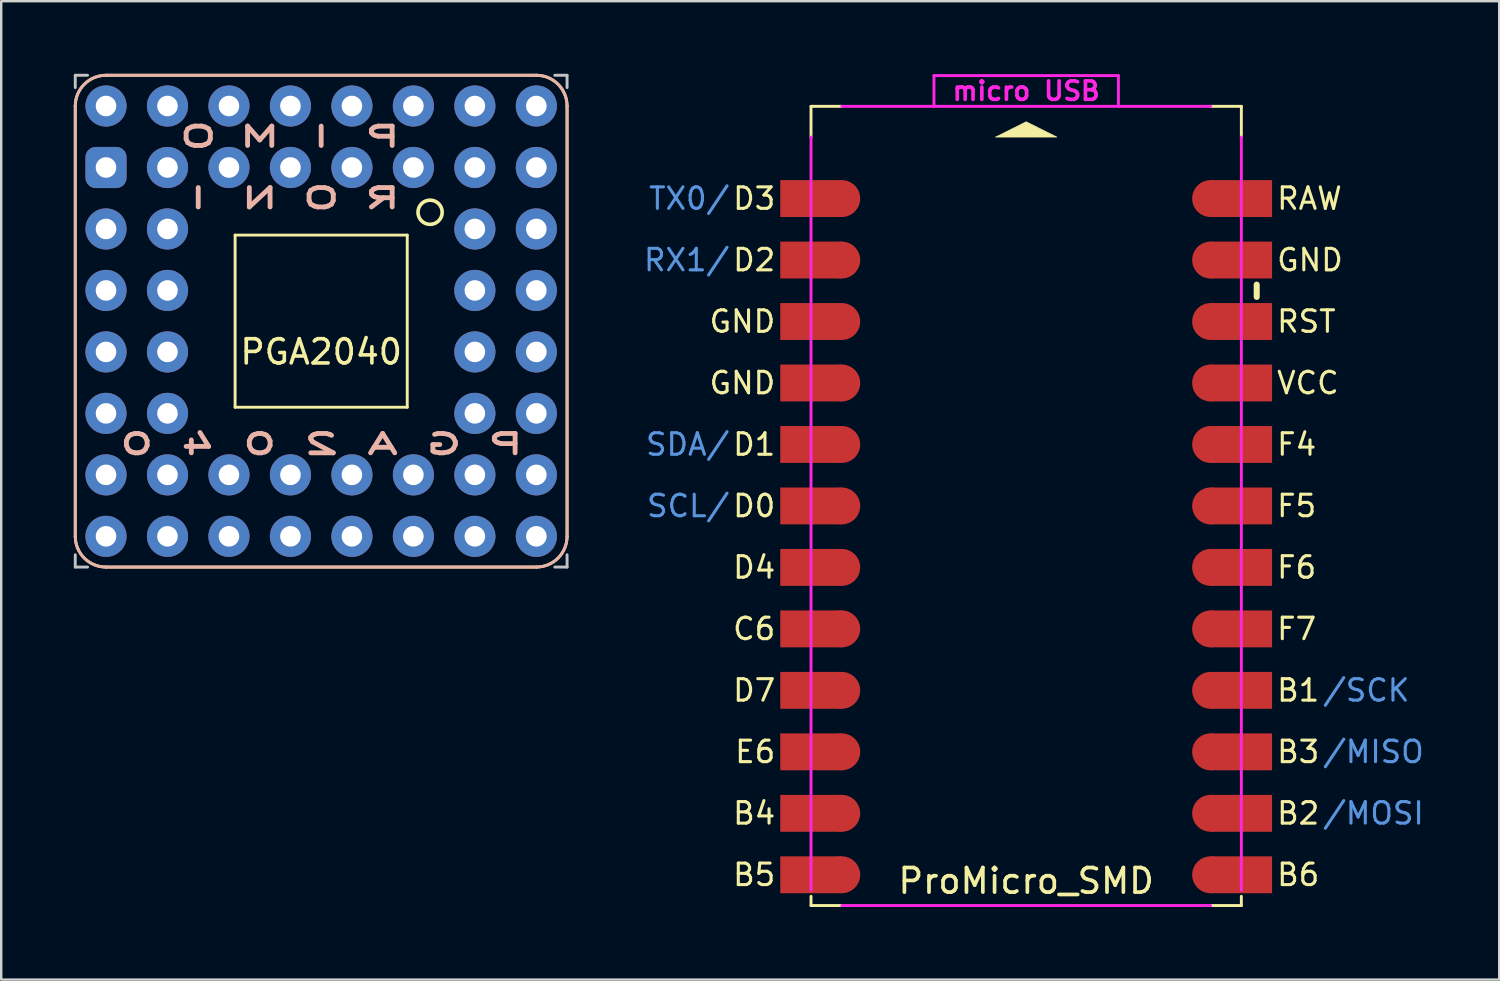
<source format=kicad_pcb>
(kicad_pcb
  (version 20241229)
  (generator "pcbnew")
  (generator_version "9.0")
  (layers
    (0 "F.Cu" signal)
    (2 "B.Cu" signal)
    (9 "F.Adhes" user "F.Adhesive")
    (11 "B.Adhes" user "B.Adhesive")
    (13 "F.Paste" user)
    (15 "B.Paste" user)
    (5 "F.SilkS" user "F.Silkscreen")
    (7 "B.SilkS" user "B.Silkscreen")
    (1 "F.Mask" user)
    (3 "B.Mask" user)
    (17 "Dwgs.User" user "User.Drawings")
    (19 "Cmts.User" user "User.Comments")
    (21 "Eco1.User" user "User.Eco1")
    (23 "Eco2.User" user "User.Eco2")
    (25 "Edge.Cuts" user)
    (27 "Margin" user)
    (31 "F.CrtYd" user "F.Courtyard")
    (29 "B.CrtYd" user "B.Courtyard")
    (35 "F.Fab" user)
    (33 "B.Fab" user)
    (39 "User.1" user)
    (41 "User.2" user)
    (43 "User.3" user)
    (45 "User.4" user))
  (footprint "PGA2040"
    (layer "F.Cu")
    (at 10.22 10.22)
    (property "Reference" "PGA2040" (at 0 1.27 0) (layer "F.SilkS") (effects (font (size 1 1) (thickness 0.15))))
    (attr through_hole)
    (fp_line (start -10.16 -8.89) (end -10.16 8.89) (stroke (width 0.12) (type solid)) (layer "F.SilkS"))
    (fp_line (start -8.89 10.16) (end 8.89 10.16) (stroke (width 0.12) (type solid)) (layer "F.SilkS"))
    (fp_line (start -3.556 -3.556) (end -3.556 3.556) (stroke (width 0.12) (type solid)) (layer "F.SilkS"))
    (fp_line (start -3.556 3.556) (end 3.556 3.556) (stroke (width 0.12) (type solid)) (layer "F.SilkS"))
    (fp_line (start 3.556 -3.556) (end -3.556 -3.556) (stroke (width 0.12) (type solid)) (layer "F.SilkS"))
    (fp_line (start 3.556 3.556) (end 3.556 -3.556) (stroke (width 0.12) (type solid)) (layer "F.SilkS"))
    (fp_line (start 8.89 -10.16) (end -8.89 -10.16) (stroke (width 0.12) (type solid)) (layer "F.SilkS"))
    (fp_line (start 10.16 8.89) (end 10.16 -8.89) (stroke (width 0.12) (type solid)) (layer "F.SilkS"))
    (fp_arc (start -10.16 -8.89) (mid -9.788026 -9.788026) (end -8.89 -10.16) (stroke (width 0.12) (type solid)) (layer "F.SilkS"))
    (fp_arc (start -8.89 10.16) (mid -9.788026 9.788026) (end -10.16 8.89) (stroke (width 0.12) (type solid)) (layer "F.SilkS"))
    (fp_arc (start 8.89 -10.16) (mid 9.788026 -9.788026) (end 10.16 -8.89) (stroke (width 0.12) (type solid)) (layer "F.SilkS"))
    (fp_arc (start 10.16 8.89) (mid 9.788026 9.788026) (end 8.89 10.16) (stroke (width 0.12) (type solid)) (layer "F.SilkS"))
    (fp_circle (center 4.5 -4.5) (end 5 -4.5) (stroke (width 0.15) (type solid)) (fill no) (layer "F.SilkS"))
    (fp_line (start -10.16 -8.89) (end -10.16 8.89) (stroke (width 0.12) (type solid)) (layer "B.SilkS"))
    (fp_line (start -8.89 -10.16) (end 8.89 -10.16) (stroke (width 0.12) (type solid)) (layer "B.SilkS"))
    (fp_line (start -8.89 10.16) (end 8.89 10.16) (stroke (width 0.12) (type solid)) (layer "B.SilkS"))
    (fp_line (start 10.16 8.89) (end 10.16 -8.89) (stroke (width 0.12) (type solid)) (layer "B.SilkS"))
    (fp_arc (start -10.16 -8.89) (mid -9.788026 -9.788026) (end -8.89 -10.16) (stroke (width 0.12) (type solid)) (layer "B.SilkS"))
    (fp_arc (start -8.89 10.16) (mid -9.788026 9.788026) (end -10.16 8.89) (stroke (width 0.12) (type solid)) (layer "B.SilkS"))
    (fp_arc (start 8.89 -10.16) (mid 9.788026 -9.788026) (end 10.16 -8.89) (stroke (width 0.12) (type solid)) (layer "B.SilkS"))
    (fp_arc (start 10.16 8.89) (mid 9.788026 9.788026) (end 8.89 10.16) (stroke (width 0.12) (type solid)) (layer "B.SilkS"))
    (fp_line (start -10.16 -10.16) (end -10.16 -9.652) (stroke (width 0.12) (type solid)) (layer "Dwgs.User"))
    (fp_line (start -10.16 9.652) (end -10.16 10.16) (stroke (width 0.12) (type solid)) (layer "Dwgs.User"))
    (fp_line (start -9.652 -10.16) (end -10.16 -10.16) (stroke (width 0.12) (type solid)) (layer "Dwgs.User"))
    (fp_line (start -9.652 10.16) (end -10.16 10.16) (stroke (width 0.12) (type solid)) (layer "Dwgs.User"))
    (fp_line (start 10.16 -10.16) (end 9.652 -10.16) (stroke (width 0.12) (type solid)) (layer "Dwgs.User"))
    (fp_line (start 10.16 -10.16) (end 10.16 -9.652) (stroke (width 0.12) (type solid)) (layer "Dwgs.User"))
    (fp_line (start 10.16 9.652) (end 10.16 10.16) (stroke (width 0.12) (type solid)) (layer "Dwgs.User"))
    (fp_line (start 10.16 10.16) (end 9.652 10.16) (stroke (width 0.12) (type solid)) (layer "Dwgs.User"))
    (fp_text user "O" (at -5.08 -7.62 0) (layer "B.SilkS") (effects (font (size 0.8 1.5) (thickness 0.2)) (justify mirror)))
    (fp_text user "0" (at -7.62 5.08 0) (layer "B.SilkS") (effects (font (size 0.8 1.5) (thickness 0.2)) (justify mirror)))
    (fp_text user "M" (at -2.54 -7.62 0) (layer "B.SilkS") (effects (font (size 0.8 1.5) (thickness 0.2)) (justify mirror)))
    (fp_text user "4" (at -5.08 5.08 0) (layer "B.SilkS") (effects (font (size 0.8 1.5) (thickness 0.2)) (justify mirror)))
    (fp_text user "I" (at 0 -7.62 0) (layer "B.SilkS") (effects (font (size 0.8 1.5) (thickness 0.2)) (justify mirror)))
    (fp_text user "A" (at 2.54 5.08 0) (layer "B.SilkS") (effects (font (size 0.8 1.5) (thickness 0.2)) (justify mirror)))
    (fp_text user "2" (at 0 5.08 0) (layer "B.SilkS") (effects (font (size 0.8 1.5) (thickness 0.2)) (justify mirror)))
    (fp_text user "N" (at -2.54 -5.08 0) (layer "B.SilkS") (effects (font (size 0.8 1.5) (thickness 0.2)) (justify mirror)))
    (fp_text user "I" (at -5.08 -5.08 0) (layer "B.SilkS") (effects (font (size 0.8 1.5) (thickness 0.2)) (justify mirror)))
    (fp_text user "R" (at 2.54 -5.08 0) (layer "B.SilkS") (effects (font (size 0.8 1.5) (thickness 0.2)) (justify mirror)))
    (fp_text user "0" (at -2.54 5.08 0) (layer "B.SilkS") (effects (font (size 0.8 1.5) (thickness 0.2)) (justify mirror)))
    (fp_text user "G" (at 5.08 5.08 0) (layer "B.SilkS") (effects (font (size 0.8 1.5) (thickness 0.2)) (justify mirror)))
    (fp_text user "P" (at 2.54 -7.62 0) (layer "B.SilkS") (effects (font (size 0.8 1.5) (thickness 0.2)) (justify mirror)))
    (fp_text user "O" (at 0 -5.08 0) (layer "B.SilkS") (effects (font (size 0.8 1.5) (thickness 0.2)) (justify mirror)))
    (fp_text user "P" (at 7.62 5.08 0) (layer "B.SilkS") (effects (font (size 0.8 1.5) (thickness 0.2)) (justify mirror)))
    (pad "1" thru_hole roundrect (at -8.89 -6.35) (size 1.7 1.7) (drill 0.85) (layers "*.Cu" "*.Mask") (roundrect_rratio 0.25))
    (pad "2" thru_hole circle (at -8.89 -3.81) (size 1.7 1.7) (drill 0.85) (layers "*.Cu" "*.Mask"))
    (pad "3" thru_hole circle (at -6.35 -3.81) (size 1.7 1.7) (drill 0.85) (layers "*.Cu" "*.Mask"))
    (pad "4" thru_hole circle (at -8.89 -1.27) (size 1.7 1.7) (drill 0.85) (layers "*.Cu" "*.Mask"))
    (pad "5" thru_hole circle (at -6.35 -1.27) (size 1.7 1.7) (drill 0.85) (layers "*.Cu" "*.Mask"))
    (pad "6" thru_hole circle (at -8.89 1.27) (size 1.7 1.7) (drill 0.85) (layers "*.Cu" "*.Mask"))
    (pad "7" thru_hole circle (at -6.35 1.27) (size 1.7 1.7) (drill 0.85) (layers "*.Cu" "*.Mask"))
    (pad "8" thru_hole circle (at -8.89 3.81) (size 1.7 1.7) (drill 0.85) (layers "*.Cu" "*.Mask"))
    (pad "9" thru_hole circle (at -6.35 3.81) (size 1.7 1.7) (drill 0.85) (layers "*.Cu" "*.Mask"))
    (pad "10" thru_hole circle (at -8.89 6.35) (size 1.7 1.7) (drill 0.85) (layers "*.Cu" "*.Mask"))
    (pad "11" thru_hole circle (at -6.35 6.35) (size 1.7 1.7) (drill 0.85) (layers "*.Cu" "*.Mask"))
    (pad "12" thru_hole circle (at -8.89 8.89) (size 1.7 1.7) (drill 0.85) (layers "*.Cu" "*.Mask"))
    (pad "13" thru_hole circle (at -6.35 8.89) (size 1.7 1.7) (drill 0.85) (layers "*.Cu" "*.Mask"))
    (pad "14" thru_hole circle (at -3.81 8.89) (size 1.7 1.7) (drill 0.85) (layers "*.Cu" "*.Mask"))
    (pad "15" thru_hole circle (at -3.81 6.35) (size 1.7 1.7) (drill 0.85) (layers "*.Cu" "*.Mask"))
    (pad "16" thru_hole circle (at -1.27 8.89) (size 1.7 1.7) (drill 0.85) (layers "*.Cu" "*.Mask"))
    (pad "17" thru_hole circle (at -1.27 6.35) (size 1.7 1.7) (drill 0.85) (layers "*.Cu" "*.Mask"))
    (pad "18" thru_hole circle (at 1.27 8.89) (size 1.7 1.7) (drill 0.85) (layers "*.Cu" "*.Mask"))
    (pad "19" thru_hole circle (at 1.27 6.35) (size 1.7 1.7) (drill 0.85) (layers "*.Cu" "*.Mask"))
    (pad "20" thru_hole circle (at 3.81 8.89) (size 1.7 1.7) (drill 0.85) (layers "*.Cu" "*.Mask"))
    (pad "21" thru_hole circle (at 3.81 6.35) (size 1.7 1.7) (drill 0.85) (layers "*.Cu" "*.Mask"))
    (pad "22" thru_hole circle (at 6.35 8.89) (size 1.7 1.7) (drill 0.85) (layers "*.Cu" "*.Mask"))
    (pad "23" thru_hole circle (at 6.35 6.35) (size 1.7 1.7) (drill 0.85) (layers "*.Cu" "*.Mask"))
    (pad "24" thru_hole circle (at 8.89 8.89) (size 1.7 1.7) (drill 0.85) (layers "*.Cu" "*.Mask"))
    (pad "25" thru_hole circle (at 8.89 6.35) (size 1.7 1.7) (drill 0.85) (layers "*.Cu" "*.Mask"))
    (pad "26" thru_hole circle (at 8.89 3.81) (size 1.7 1.7) (drill 0.85) (layers "*.Cu" "*.Mask"))
    (pad "27" thru_hole circle (at 6.35 3.81) (size 1.7 1.7) (drill 0.85) (layers "*.Cu" "*.Mask"))
    (pad "28" thru_hole circle (at 8.89 1.27) (size 1.7 1.7) (drill 0.85) (layers "*.Cu" "*.Mask"))
    (pad "29" thru_hole circle (at 6.35 1.27) (size 1.7 1.7) (drill 0.85) (layers "*.Cu" "*.Mask"))
    (pad "30" thru_hole circle (at 8.89 -1.27) (size 1.7 1.7) (drill 0.85) (layers "*.Cu" "*.Mask"))
    (pad "31" thru_hole circle (at 6.35 -1.27) (size 1.7 1.7) (drill 0.85) (layers "*.Cu" "*.Mask"))
    (pad "32" thru_hole circle (at 8.89 -3.81) (size 1.7 1.7) (drill 0.85) (layers "*.Cu" "*.Mask"))
    (pad "33" thru_hole circle (at 6.35 -3.81) (size 1.7 1.7) (drill 0.85) (layers "*.Cu" "*.Mask"))
    (pad "34" thru_hole circle (at 8.89 -6.35) (size 1.7 1.7) (drill 0.85) (layers "*.Cu" "*.Mask"))
    (pad "35" thru_hole circle (at 6.35 -6.35) (size 1.7 1.7) (drill 0.85) (layers "*.Cu" "*.Mask"))
    (pad "36" thru_hole circle (at 8.89 -8.89) (size 1.7 1.7) (drill 0.85) (layers "*.Cu" "*.Mask"))
    (pad "37" thru_hole circle (at 6.35 -8.89) (size 1.7 1.7) (drill 0.85) (layers "*.Cu" "*.Mask"))
    (pad "38" thru_hole circle (at 3.81 -8.89) (size 1.7 1.7) (drill 0.85) (layers "*.Cu" "*.Mask"))
    (pad "39" thru_hole circle (at 3.81 -6.35) (size 1.7 1.7) (drill 0.85) (layers "*.Cu" "*.Mask"))
    (pad "40" thru_hole circle (at 1.27 -8.89) (size 1.7 1.7) (drill 0.85) (layers "*.Cu" "*.Mask"))
    (pad "41" thru_hole circle (at 1.27 -6.35) (size 1.7 1.7) (drill 0.85) (layers "*.Cu" "*.Mask"))
    (pad "42" thru_hole circle (at -1.27 -8.89) (size 1.7 1.7) (drill 0.85) (layers "*.Cu" "*.Mask"))
    (pad "43" thru_hole circle (at -1.27 -6.35) (size 1.7 1.7) (drill 0.85) (layers "*.Cu" "*.Mask"))
    (pad "44" thru_hole circle (at -3.81 -8.89) (size 1.7 1.7) (drill 0.85) (layers "*.Cu" "*.Mask"))
    (pad "45" thru_hole circle (at -3.81 -6.35) (size 1.7 1.7) (drill 0.85) (layers "*.Cu" "*.Mask"))
    (pad "46" thru_hole circle (at -6.35 -8.89) (size 1.7 1.7) (drill 0.85) (layers "*.Cu" "*.Mask"))
    (pad "47" thru_hole circle (at -6.35 -6.35) (size 1.7 1.7) (drill 0.85) (layers "*.Cu" "*.Mask"))
    (pad "48" thru_hole circle (at -8.89 -8.89) (size 1.7 1.7) (drill 0.85) (layers "*.Cu" "*.Mask")))
  (footprint "ProMicro_SMD"
    (layer "F.Cu")
    (at 39.349 17.854)
    (property "Reference" "ProMicro_SMD" (at 0 15.494 0) (layer "F.SilkS") (effects (font (size 1.016 1.016) (thickness 0.152))))
    (attr through_hole)
    (fp_line (start -8.89 -16.51) (end -7.62 -16.51) (stroke (width 0.12) (type solid)) (layer "F.SilkS"))
    (fp_line (start -8.89 -15.24) (end -8.89 -16.51) (stroke (width 0.12) (type solid)) (layer "F.SilkS"))
    (fp_line (start -8.89 16.129) (end -8.89 16.51) (stroke (width 0.12) (type solid)) (layer "F.SilkS"))
    (fp_line (start -8.89 16.51) (end -7.62 16.51) (stroke (width 0.12) (type solid)) (layer "F.SilkS"))
    (fp_line (start 7.62 -16.51) (end 8.89 -16.51) (stroke (width 0.12) (type solid)) (layer "F.SilkS"))
    (fp_line (start 8.89 -16.51) (end 8.89 -15.24) (stroke (width 0.12) (type solid)) (layer "F.SilkS"))
    (fp_line (start 8.89 16.129) (end 8.89 16.51) (stroke (width 0.12) (type solid)) (layer "F.SilkS"))
    (fp_line (start 8.89 16.51) (end 7.62 16.51) (stroke (width 0.12) (type solid)) (layer "F.SilkS"))
    (fp_line (start 9.525 -9.144) (end 9.525 -8.636) (stroke (width 0.25) (type solid)) (layer "F.SilkS"))
    (fp_poly (pts (xy 1.27 -15.24) (xy -1.27 -15.24) (xy 0 -15.875)) (stroke (width 0.025) (type solid)) (fill yes) (layer "F.SilkS"))
    (fp_line (start -8.89 15.875) (end -8.89 -15.24) (stroke (width 0.12) (type solid)) (layer "F.CrtYd"))
    (fp_line (start -7.62 -16.51) (end 7.62 -16.51) (stroke (width 0.12) (type solid)) (layer "F.CrtYd"))
    (fp_line (start -3.81 -17.78) (end -3.81 -16.51) (stroke (width 0.12) (type solid)) (layer "F.CrtYd"))
    (fp_line (start 3.81 -17.78) (end -3.81 -17.78) (stroke (width 0.12) (type solid)) (layer "F.CrtYd"))
    (fp_line (start 3.81 -16.51) (end 3.81 -17.78) (stroke (width 0.12) (type solid)) (layer "F.CrtYd"))
    (fp_line (start 7.62 16.51) (end -7.62 16.51) (stroke (width 0.12) (type solid)) (layer "F.CrtYd"))
    (fp_line (start 8.89 -15.24) (end 8.89 15.875) (stroke (width 0.12) (type solid)) (layer "F.CrtYd"))
    (fp_text user "GND" (at 10.287 -10.16 0) (layer "F.SilkS") (effects (font (size 0.889 0.889) (thickness 0.127)) (justify left)))
    (fp_text user "F7" (at 10.287 5.08 0) (layer "F.SilkS") (effects (font (size 0.889 0.889) (thickness 0.127)) (justify left)))
    (fp_text user "D7" (at -10.287 7.62 0) (layer "F.SilkS") (effects (font (size 0.889 0.889) (thickness 0.127)) (justify right)))
    (fp_text user "B1" (at 10.287 7.62 0) (layer "F.SilkS") (effects (font (size 0.889 0.889) (thickness 0.127)) (justify left)))
    (fp_text user "GND" (at -10.287 -5.08 0) (layer "F.SilkS") (effects (font (size 0.889 0.889) (thickness 0.127)) (justify right)))
    (fp_text user "D0" (at -10.287 0 0) (layer "F.SilkS") (effects (font (size 0.889 0.889) (thickness 0.127)) (justify right)))
    (fp_text user "B3" (at 10.287 10.16 0) (layer "F.SilkS") (effects (font (size 0.889 0.889) (thickness 0.127)) (justify left)))
    (fp_text user "F4" (at 10.287 -2.54 0) (layer "F.SilkS") (effects (font (size 0.889 0.889) (thickness 0.127)) (justify left)))
    (fp_text user "RST" (at 10.287 -7.62 0) (layer "F.SilkS") (effects (font (size 0.889 0.889) (thickness 0.127)) (justify left)))
    (fp_text user "B4" (at -10.287 12.7 0) (layer "F.SilkS") (effects (font (size 0.889 0.889) (thickness 0.127)) (justify right)))
    (fp_text user "GND" (at -10.287 -7.62 0) (layer "F.SilkS") (effects (font (size 0.889 0.889) (thickness 0.127)) (justify right)))
    (fp_text user "D4" (at -10.287 2.54 0) (layer "F.SilkS") (effects (font (size 0.889 0.889) (thickness 0.127)) (justify right)))
    (fp_text user "C6" (at -10.287 5.08 0) (layer "F.SilkS") (effects (font (size 0.889 0.889) (thickness 0.127)) (justify right)))
    (fp_text user "F5" (at 10.287 0 0) (layer "F.SilkS") (effects (font (size 0.889 0.889) (thickness 0.127)) (justify left)))
    (fp_text user "RAW" (at 10.287 -12.7 0) (layer "F.SilkS") (effects (font (size 0.889 0.889) (thickness 0.127)) (justify left)))
    (fp_text user "B2" (at 10.287 12.7 0) (layer "F.SilkS") (effects (font (size 0.889 0.889) (thickness 0.127)) (justify left)))
    (fp_text user "D3" (at -10.287 -12.7 0) (layer "F.SilkS") (effects (font (size 0.889 0.889) (thickness 0.127)) (justify right)))
    (fp_text user "B6" (at 10.287 15.24 0) (layer "F.SilkS") (effects (font (size 0.889 0.889) (thickness 0.127)) (justify left)))
    (fp_text user "VCC" (at 10.287 -5.08 0) (layer "F.SilkS") (effects (font (size 0.889 0.889) (thickness 0.127)) (justify left)))
    (fp_text user "D1" (at -10.287 -2.54 0) (layer "F.SilkS") (effects (font (size 0.889 0.889) (thickness 0.127)) (justify right)))
    (fp_text user "D2" (at -10.287 -10.16 0) (layer "F.SilkS") (effects (font (size 0.889 0.889) (thickness 0.127)) (justify right)))
    (fp_text user "F6" (at 10.287 2.54 0) (layer "F.SilkS") (effects (font (size 0.889 0.889) (thickness 0.127)) (justify left)))
    (fp_text user "E6" (at -10.287 10.16 0) (layer "F.SilkS") (effects (font (size 0.889 0.889) (thickness 0.127)) (justify right)))
    (fp_text user "B5" (at -10.287 15.24 0) (layer "F.SilkS") (effects (font (size 0.889 0.889) (thickness 0.127)) (justify right)))
    (fp_text user "/SCK" (at 12.192 7.62 0) (layer "Cmts.User") (effects (font (size 0.889 0.889) (thickness 0.127)) (justify left)))
    (fp_text user "RX1/" (at -12.192 -10.16 0) (layer "Cmts.User") (effects (font (size 0.889 0.889) (thickness 0.127)) (justify right)))
    (fp_text user "/MISO" (at 12.192 10.16 0) (layer "Cmts.User") (effects (font (size 0.889 0.889) (thickness 0.127)) (justify left)))
    (fp_text user "SCL/" (at -12.192 0 0) (layer "Cmts.User") (effects (font (size 0.889 0.889) (thickness 0.127)) (justify right)))
    (fp_text user "/MOSI" (at 12.192 12.7 0) (layer "Cmts.User") (effects (font (size 0.889 0.889) (thickness 0.127)) (justify left)))
    (fp_text user "TX0/" (at -12.192 -12.7 0) (layer "Cmts.User") (effects (font (size 0.889 0.889) (thickness 0.127)) (justify right)))
    (fp_text user "SDA/" (at -12.192 -2.54 0) (layer "Cmts.User") (effects (font (size 0.889 0.889) (thickness 0.127)) (justify right)))
    (fp_text user "micro USB" (at 0 -17.145 0) (layer "F.CrtYd") (effects (font (size 0.762 0.762) (thickness 0.15))))
    (pad "1" smd rect (at -9.525 -12.7) (size 2.54 1.524) (drill (offset 0.635 0)) (layers "F.Cu" "F.Mask" "F.Paste"))
    (pad "1" smd circle (at -7.62 -12.7) (size 1.524 1.524) (layers "F.Cu" "F.Mask" "F.Paste"))
    (pad "2" smd rect (at -9.525 -10.16) (size 2.54 1.524) (drill (offset 0.635 0)) (layers "F.Cu" "F.Mask" "F.Paste"))
    (pad "2" smd circle (at -7.62 -10.16) (size 1.524 1.524) (layers "F.Cu" "F.Mask" "F.Paste"))
    (pad "3" smd rect (at -9.525 -7.62) (size 2.54 1.524) (drill (offset 0.635 0)) (layers "F.Cu" "F.Mask" "F.Paste"))
    (pad "3" smd circle (at -7.62 -7.62) (size 1.524 1.524) (layers "F.Cu" "F.Mask" "F.Paste"))
    (pad "4" smd rect (at -9.525 -5.08) (size 2.54 1.524) (drill (offset 0.635 0)) (layers "F.Cu" "F.Mask" "F.Paste"))
    (pad "4" smd circle (at -7.62 -5.08) (size 1.524 1.524) (layers "F.Cu" "F.Mask" "F.Paste"))
    (pad "5" smd rect (at -9.525 -2.54) (size 2.54 1.524) (drill (offset 0.635 0)) (layers "F.Cu" "F.Mask" "F.Paste"))
    (pad "5" smd circle (at -7.62 -2.54) (size 1.524 1.524) (layers "F.Cu" "F.Mask" "F.Paste"))
    (pad "6" smd rect (at -9.525 0) (size 2.54 1.524) (drill (offset 0.635 0)) (layers "F.Cu" "F.Mask" "F.Paste"))
    (pad "6" smd circle (at -7.62 0) (size 1.524 1.524) (layers "F.Cu" "F.Mask" "F.Paste"))
    (pad "7" smd rect (at -9.525 2.54) (size 2.54 1.524) (drill (offset 0.635 0)) (layers "F.Cu" "F.Mask" "F.Paste"))
    (pad "7" smd circle (at -7.62 2.54) (size 1.524 1.524) (layers "F.Cu" "F.Mask" "F.Paste"))
    (pad "8" smd rect (at -9.525 5.08) (size 2.54 1.524) (drill (offset 0.635 0)) (layers "F.Cu" "F.Mask" "F.Paste"))
    (pad "8" smd circle (at -7.62 5.08) (size 1.524 1.524) (layers "F.Cu" "F.Mask" "F.Paste"))
    (pad "9" smd rect (at -9.525 7.62) (size 2.54 1.524) (drill (offset 0.635 0)) (layers "F.Cu" "F.Mask" "F.Paste"))
    (pad "9" smd circle (at -7.62 7.62) (size 1.524 1.524) (layers "F.Cu" "F.Mask" "F.Paste"))
    (pad "10" smd rect (at -9.525 10.16) (size 2.54 1.524) (drill (offset 0.635 0)) (layers "F.Cu" "F.Mask" "F.Paste"))
    (pad "10" smd circle (at -7.62 10.16) (size 1.524 1.524) (layers "F.Cu" "F.Mask" "F.Paste"))
    (pad "11" smd rect (at -9.525 12.7) (size 2.54 1.524) (drill (offset 0.635 0)) (layers "F.Cu" "F.Mask" "F.Paste"))
    (pad "11" smd circle (at -7.62 12.7) (size 1.524 1.524) (layers "F.Cu" "F.Mask" "F.Paste"))
    (pad "12" smd rect (at -9.525 15.24) (size 2.54 1.524) (drill (offset 0.635 0)) (layers "F.Cu" "F.Mask" "F.Paste"))
    (pad "12" smd circle (at -7.62 15.24) (size 1.524 1.524) (layers "F.Cu" "F.Mask" "F.Paste"))
    (pad "13" smd circle (at 7.62 15.24) (size 1.524 1.524) (layers "F.Cu" "F.Mask" "F.Paste"))
    (pad "13" smd rect (at 9.525 15.24) (size 2.54 1.524) (drill (offset -0.635 0)) (layers "F.Cu" "F.Mask" "F.Paste"))
    (pad "14" smd circle (at 7.62 12.7) (size 1.524 1.524) (layers "F.Cu" "F.Mask" "F.Paste"))
    (pad "14" smd rect (at 9.525 12.7) (size 2.54 1.524) (drill (offset -0.635 0)) (layers "F.Cu" "F.Mask" "F.Paste"))
    (pad "15" smd circle (at 7.62 10.16) (size 1.524 1.524) (layers "F.Cu" "F.Mask" "F.Paste"))
    (pad "15" smd rect (at 9.525 10.16) (size 2.54 1.524) (drill (offset -0.635 0)) (layers "F.Cu" "F.Mask" "F.Paste"))
    (pad "16" smd circle (at 7.62 7.62) (size 1.524 1.524) (layers "F.Cu" "F.Mask" "F.Paste"))
    (pad "16" smd rect (at 9.525 7.62) (size 2.54 1.524) (drill (offset -0.635 0)) (layers "F.Cu" "F.Mask" "F.Paste"))
    (pad "17" smd circle (at 7.62 5.08) (size 1.524 1.524) (layers "F.Cu" "F.Mask" "F.Paste"))
    (pad "17" smd rect (at 9.525 5.08) (size 2.54 1.524) (drill (offset -0.635 0)) (layers "F.Cu" "F.Mask" "F.Paste"))
    (pad "18" smd circle (at 7.62 2.54) (size 1.524 1.524) (layers "F.Cu" "F.Mask" "F.Paste"))
    (pad "18" smd rect (at 9.525 2.54) (size 2.54 1.524) (drill (offset -0.635 0)) (layers "F.Cu" "F.Mask" "F.Paste"))
    (pad "19" smd circle (at 7.62 0) (size 1.524 1.524) (layers "F.Cu" "F.Mask" "F.Paste"))
    (pad "19" smd rect (at 9.525 0) (size 2.54 1.524) (drill (offset -0.635 0)) (layers "F.Cu" "F.Mask" "F.Paste"))
    (pad "20" smd circle (at 7.62 -2.54) (size 1.524 1.524) (layers "F.Cu" "F.Mask" "F.Paste"))
    (pad "20" smd rect (at 9.525 -2.54) (size 2.54 1.524) (drill (offset -0.635 0)) (layers "F.Cu" "F.Mask" "F.Paste"))
    (pad "21" smd circle (at 7.62 -5.08) (size 1.524 1.524) (layers "F.Cu" "F.Mask" "F.Paste"))
    (pad "21" smd rect (at 9.525 -5.08) (size 2.54 1.524) (drill (offset -0.635 0)) (layers "F.Cu" "F.Mask" "F.Paste"))
    (pad "22" smd circle (at 7.62 -7.62) (size 1.524 1.524) (layers "F.Cu" "F.Mask" "F.Paste"))
    (pad "22" smd rect (at 9.525 -7.62) (size 2.54 1.524) (drill (offset -0.635 0)) (layers "F.Cu" "F.Mask" "F.Paste"))
    (pad "23" smd circle (at 7.62 -10.16) (size 1.524 1.524) (layers "F.Cu" "F.Mask" "F.Paste"))
    (pad "23" smd rect (at 9.525 -10.16) (size 2.54 1.524) (drill (offset -0.635 0)) (layers "F.Cu" "F.Mask" "F.Paste"))
    (pad "24" smd circle (at 7.62 -12.7) (size 1.524 1.524) (layers "F.Cu" "F.Mask" "F.Paste"))
    (pad "24" smd rect (at 9.525 -12.7) (size 2.54 1.524) (drill (offset -0.635 0)) (layers "F.Cu" "F.Mask" "F.Paste")))
  (gr_rect
    (start -3 -3)
    (end 58.893 37.424)
    (stroke (width 0.1) (type default))
    (fill no)
    (layer "Edge.Cuts")))
</source>
